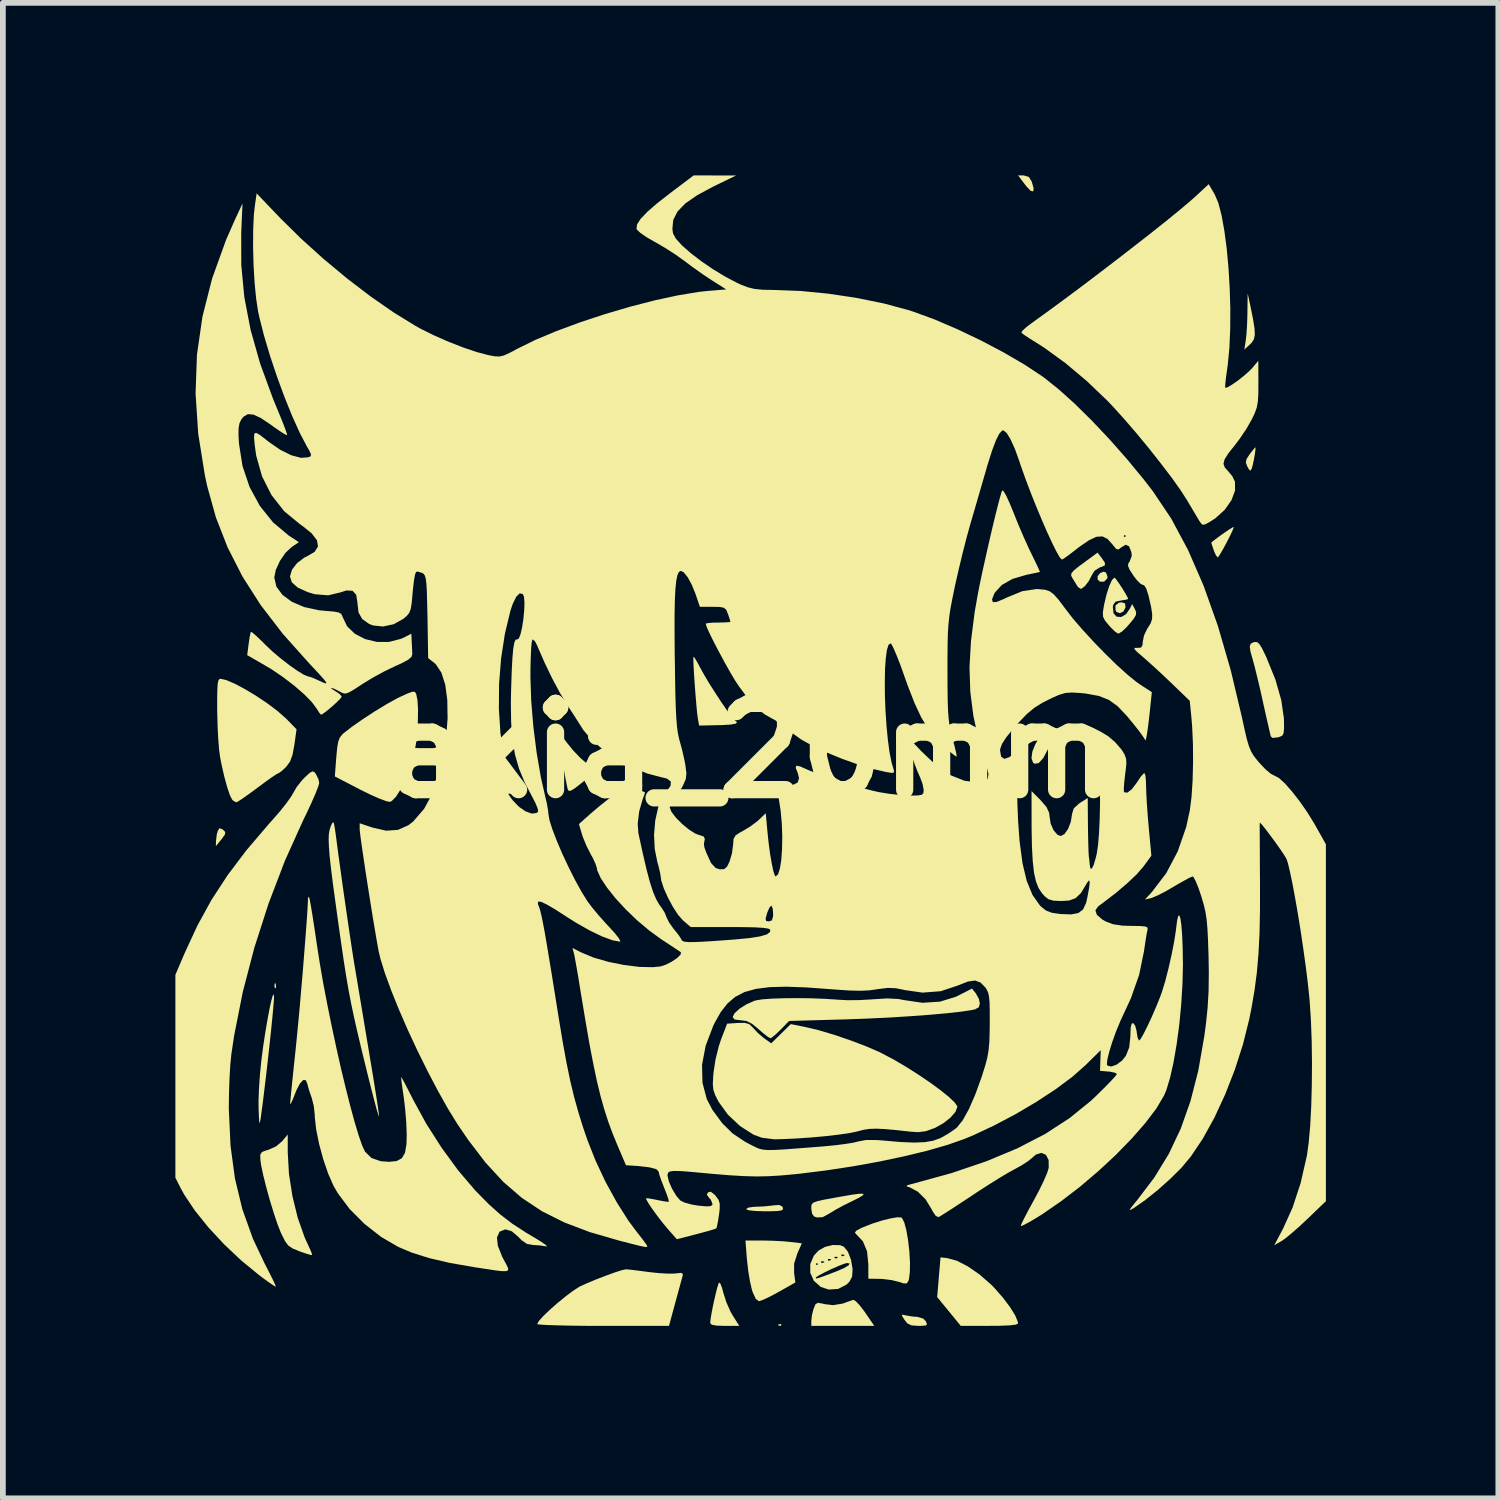
<source format=kicad_pcb>
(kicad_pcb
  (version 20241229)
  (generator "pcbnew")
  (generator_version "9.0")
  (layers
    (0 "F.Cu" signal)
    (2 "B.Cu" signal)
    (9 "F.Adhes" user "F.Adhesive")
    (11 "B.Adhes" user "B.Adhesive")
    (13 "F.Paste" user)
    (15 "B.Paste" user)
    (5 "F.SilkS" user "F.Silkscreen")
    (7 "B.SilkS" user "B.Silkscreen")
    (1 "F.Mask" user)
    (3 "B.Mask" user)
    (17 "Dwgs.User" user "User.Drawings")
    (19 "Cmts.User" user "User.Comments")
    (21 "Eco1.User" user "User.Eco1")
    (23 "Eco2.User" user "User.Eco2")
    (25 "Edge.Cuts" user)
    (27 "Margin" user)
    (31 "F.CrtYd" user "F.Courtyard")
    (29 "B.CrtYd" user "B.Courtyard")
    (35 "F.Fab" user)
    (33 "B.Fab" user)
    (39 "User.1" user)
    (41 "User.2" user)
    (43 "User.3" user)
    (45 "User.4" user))
  (footprint "akia_20mm"
    (layer "F.Cu")
    (at 10.004 10.004)
    (property "Reference" "akia_20mm" (at 0 0 0) (layer "F.SilkS") (effects (font (size 1.5 1.5) (thickness 0.3))))
    (attr board_only exclude_from_pos_files exclude_from_bom)
    (fp_poly (pts (xy -8.258 4.057) (xy -8.253 4.118) (xy -8.261 4.132) (xy -8.278 4.12) (xy -8.281 4.08) (xy -8.272 4.039)) (stroke (width 0) (type solid)) (fill yes) (layer "F.SilkS"))
    (fp_poly (pts (xy 0.534 9.978) (xy 0.529 10.001) (xy 0.508 10.004) (xy 0.476 9.989) (xy 0.482 9.978) (xy 0.528 9.973)) (stroke (width 0) (type solid)) (fill yes) (layer "F.SilkS"))
    (fp_poly (pts (xy 4.838 -9.977) (xy 4.887 -9.899) (xy 4.922 -9.779) (xy 4.914 -9.725) (xy 4.868 -9.737) (xy 4.79 -9.82) (xy 4.778 -9.836) (xy 4.651 -10.004) (xy 4.749 -10.004)) (stroke (width 0) (type solid)) (fill yes) (layer "F.SilkS"))
    (fp_poly (pts (xy 6.179 -3.098) (xy 6.206 -3.027) (xy 6.2 -2.992) (xy 6.147 -2.939) (xy 6.076 -2.939) (xy 6.035 -2.974) (xy 6.034 -3.033) (xy 6.078 -3.087) (xy 6.139 -3.112)) (stroke (width 0) (type solid)) (fill yes) (layer "F.SilkS"))
    (fp_poly (pts (xy 6.512 -2.56) (xy 6.519 -2.492) (xy 6.483 -2.42) (xy 6.422 -2.39) (xy 6.364 -2.41) (xy 6.346 -2.438) (xy 6.344 -2.524) (xy 6.405 -2.573) (xy 6.453 -2.579)) (stroke (width 0) (type solid)) (fill yes) (layer "F.SilkS"))
    (fp_poly (pts (xy -9.185 1.368) (xy -9.175 1.376) (xy -9.137 1.415) (xy -9.142 1.458) (xy -9.194 1.531) (xy -9.205 1.544) (xy -9.3 1.661) (xy -9.297 1.563) (xy -9.284 1.457) (xy -9.267 1.396) (xy -9.236 1.349)) (stroke (width 0) (type solid)) (fill yes) (layer "F.SilkS"))
    (fp_poly (pts (xy 5.208 -0.286) (xy 5.223 -0.204) (xy 5.191 -0.073) (xy 5.174 -0.031) (xy 5.089 0.129) (xy 5.01 0.216) (xy 4.939 0.228) (xy 4.911 0.208) (xy 4.884 0.132) (xy 4.899 0.017) (xy 4.951 -0.112) (xy 4.984 -0.167) (xy 5.078 -0.275) (xy 5.156 -0.312)) (stroke (width 0) (type solid)) (fill yes) (layer "F.SilkS"))
    (fp_poly (pts (xy 8.694 -7.718) (xy 8.738 -7.5) (xy 8.763 -7.343) (xy 8.768 -7.234) (xy 8.753 -7.157) (xy 8.718 -7.1) (xy 8.685 -7.066) (xy 8.586 -6.975) (xy 8.61 -7.132) (xy 8.623 -7.246) (xy 8.633 -7.407) (xy 8.639 -7.584) (xy 8.639 -7.62) (xy 8.644 -7.952)) (stroke (width 0) (type solid)) (fill yes) (layer "F.SilkS"))
    (fp_poly (pts (xy 8.78 -5.242) (xy 8.769 -5.16) (xy 8.751 -5.057) (xy 8.73 -4.961) (xy 8.716 -4.911) (xy 8.694 -4.869) (xy 8.668 -4.888) (xy 8.64 -4.936) (xy 8.612 -5.008) (xy 8.624 -5.072) (xy 8.678 -5.154) (xy 8.738 -5.231) (xy 8.774 -5.273) (xy 8.778 -5.275)) (stroke (width 0) (type solid)) (fill yes) (layer "F.SilkS"))
    (fp_poly (pts (xy 2.696 9.82) (xy 2.701 9.822) (xy 2.816 9.841) (xy 2.9 9.847) (xy 3.004 9.878) (xy 3.048 9.926) (xy 3.067 9.974) (xy 3.046 9.997) (xy 2.969 10.003) (xy 2.917 10.004) (xy 2.798 9.995) (xy 2.725 9.96) (xy 2.677 9.9) (xy 2.633 9.83) (xy 2.638 9.808)) (stroke (width 0) (type solid)) (fill yes) (layer "F.SilkS"))
    (fp_poly (pts (xy 1.825 9.571) (xy 1.894 9.643) (xy 1.977 9.751) (xy 1.989 9.768) (xy 2.15 10.004) (xy 1.602 10.004) (xy 1.055 10.004) (xy 1.055 9.912) (xy 1.068 9.807) (xy 1.096 9.703) (xy 1.127 9.629) (xy 1.167 9.603) (xy 1.245 9.615) (xy 1.288 9.626) (xy 1.435 9.643) (xy 1.601 9.616) (xy 1.783 9.55)) (stroke (width 0) (type solid)) (fill yes) (layer "F.SilkS"))
    (fp_poly (pts (xy 0.549 7.927) (xy 0.56 7.948) (xy 0.562 7.979) (xy 0.532 7.997) (xy 0.456 8.007) (xy 0.32 8.011) (xy 0.253 8.011) (xy 0.091 8.006) (xy -0.023 7.995) (xy -0.076 7.977) (xy -0.078 7.972) (xy -0.043 7.948) (xy 0.044 7.934) (xy 0.088 7.932) (xy 0.234 7.926) (xy 0.377 7.911) (xy 0.395 7.908) (xy 0.497 7.901)) (stroke (width 0) (type solid)) (fill yes) (layer "F.SilkS"))
    (fp_poly (pts (xy -0.527 9.267) (xy -0.497 9.343) (xy -0.474 9.431) (xy -0.422 9.594) (xy -0.347 9.762) (xy -0.312 9.823) (xy -0.197 10.004) (xy -0.45 10.004) (xy -0.595 9.999) (xy -0.676 9.984) (xy -0.703 9.954) (xy -0.703 9.949) (xy -0.695 9.873) (xy -0.674 9.752) (xy -0.645 9.608) (xy -0.612 9.464) (xy -0.582 9.342) (xy -0.557 9.265) (xy -0.55 9.25)) (stroke (width 0) (type solid)) (fill yes) (layer "F.SilkS"))
    (fp_poly (pts (xy 8.385 -3.839) (xy 8.342 -3.746) (xy 8.284 -3.632) (xy 8.222 -3.516) (xy 8.167 -3.421) (xy 8.131 -3.366) (xy 8.123 -3.361) (xy 8.094 -3.393) (xy 8.057 -3.473) (xy 8.054 -3.484) (xy 8.025 -3.57) (xy 8.011 -3.616) (xy 8.011 -3.617) (xy 8.04 -3.643) (xy 8.115 -3.701) (xy 8.206 -3.767) (xy 8.308 -3.837) (xy 8.378 -3.881) (xy 8.402 -3.889)) (stroke (width 0) (type solid)) (fill yes) (layer "F.SilkS"))
    (fp_poly (pts (xy 3.419 8.825) (xy 3.586 8.871) (xy 3.78 8.971) (xy 3.985 9.113) (xy 4.184 9.288) (xy 4.24 9.345) (xy 4.389 9.515) (xy 4.513 9.68) (xy 4.602 9.824) (xy 4.647 9.935) (xy 4.65 9.963) (xy 4.612 9.982) (xy 4.5 9.995) (xy 4.32 10.002) (xy 4.152 10.003) (xy 3.654 10.003) (xy 3.449 9.753) (xy 3.244 9.503) (xy 3.273 9.157) (xy 3.302 8.812)) (stroke (width 0) (type solid)) (fill yes) (layer "F.SilkS"))
    (fp_poly (pts (xy 6.103 -3.353) (xy 6.16 -3.269) (xy 6.161 -3.223) (xy 6.102 -3.195) (xy 6.075 -3.188) (xy 5.981 -3.129) (xy 5.936 -3.057) (xy 5.882 -2.951) (xy 5.814 -2.862) (xy 5.753 -2.816) (xy 5.741 -2.814) (xy 5.696 -2.842) (xy 5.681 -2.862) (xy 5.638 -2.932) (xy 5.598 -2.997) (xy 5.574 -3.043) (xy 5.578 -3.084) (xy 5.62 -3.133) (xy 5.71 -3.206) (xy 5.788 -3.263) (xy 6.033 -3.444)) (stroke (width 0) (type solid)) (fill yes) (layer "F.SilkS"))
    (fp_poly (pts (xy 0.199 8.519) (xy 0.378 8.523) (xy 0.559 8.532) (xy 0.689 8.544) (xy 0.89 8.568) (xy 0.812 8.745) (xy 0.756 8.921) (xy 0.756 9.085) (xy 0.778 9.248) (xy 0.491 9.411) (xy 0.352 9.486) (xy 0.234 9.543) (xy 0.156 9.572) (xy 0.143 9.574) (xy 0.09 9.535) (xy 0.037 9.421) (xy 0.021 9.37) (xy -0.012 9.229) (xy -0.042 9.046) (xy -0.063 8.86) (xy -0.065 8.842) (xy -0.09 8.519)) (stroke (width 0) (type solid)) (fill yes) (layer "F.SilkS"))
    (fp_poly (pts (xy 1.962 7.707) (xy 1.956 7.73) (xy 1.886 7.774) (xy 1.762 7.836) (xy 1.611 7.911) (xy 1.473 7.986) (xy 1.377 8.044) (xy 1.367 8.051) (xy 1.253 8.113) (xy 1.155 8.118) (xy 1.104 8.102) (xy 1.069 8.053) (xy 1.055 7.969) (xy 1.055 7.92) (xy 1.065 7.885) (xy 1.095 7.859) (xy 1.158 7.836) (xy 1.267 7.811) (xy 1.434 7.78) (xy 1.558 7.758) (xy 1.765 7.722) (xy 1.899 7.705)) (stroke (width 0) (type solid)) (fill yes) (layer "F.SilkS"))
    (fp_poly (pts (xy -3.319 -0.298) (xy -3.256 -0.22) (xy -3.194 -0.136) (xy -3.082 0.001) (xy -2.959 0.129) (xy -2.859 0.215) (xy -2.768 0.285) (xy -2.71 0.336) (xy -2.7 0.352) (xy -2.729 0.384) (xy -2.804 0.451) (xy -2.911 0.54) (xy -2.931 0.556) (xy -3.05 0.649) (xy -3.123 0.695) (xy -3.163 0.7) (xy -3.181 0.673) (xy -3.196 0.606) (xy -3.221 0.478) (xy -3.252 0.307) (xy -3.287 0.111) (xy -3.322 -0.096) (xy -3.345 -0.234) (xy -3.355 -0.3) (xy -3.348 -0.323)) (stroke (width 0) (type solid)) (fill yes) (layer "F.SilkS"))
    (fp_poly (pts (xy -0.972 -1.611) (xy -0.926 -1.534) (xy -0.876 -1.44) (xy -0.812 -1.324) (xy -0.725 -1.177) (xy -0.623 -1.017) (xy -0.519 -0.857) (xy -0.421 -0.714) (xy -0.339 -0.602) (xy -0.285 -0.537) (xy -0.274 -0.528) (xy -0.237 -0.493) (xy -0.26 -0.469) (xy -0.348 -0.453) (xy -0.508 -0.444) (xy -0.566 -0.443) (xy -0.896 -0.436) (xy -0.918 -0.56) (xy -0.93 -0.648) (xy -0.943 -0.785) (xy -0.957 -0.951) (xy -0.971 -1.131) (xy -0.983 -1.306) (xy -0.992 -1.46) (xy -0.996 -1.574) (xy -0.995 -1.632) (xy -0.994 -1.635)) (stroke (width 0) (type solid)) (fill yes) (layer "F.SilkS"))
    (fp_poly (pts (xy -8.288 4.279) (xy -8.292 4.353) (xy -8.303 4.486) (xy -8.32 4.668) (xy -8.342 4.886) (xy -8.368 5.128) (xy -8.396 5.382) (xy -8.425 5.635) (xy -8.454 5.876) (xy -8.48 6.092) (xy -8.504 6.271) (xy -8.522 6.402) (xy -8.535 6.471) (xy -8.537 6.479) (xy -8.546 6.452) (xy -8.552 6.361) (xy -8.557 6.223) (xy -8.558 6.093) (xy -8.551 5.89) (xy -8.534 5.642) (xy -8.508 5.381) (xy -8.478 5.148) (xy -8.439 4.894) (xy -8.401 4.67) (xy -8.366 4.484) (xy -8.335 4.345) (xy -8.311 4.26) (xy -8.295 4.237)) (stroke (width 0) (type solid)) (fill yes) (layer "F.SilkS"))
    (fp_poly (pts (xy 2.623 8.12) (xy 2.63 8.125) (xy 2.671 8.203) (xy 2.708 8.339) (xy 2.738 8.514) (xy 2.76 8.706) (xy 2.771 8.897) (xy 2.769 9.066) (xy 2.753 9.192) (xy 2.742 9.226) (xy 2.715 9.264) (xy 2.663 9.266) (xy 2.579 9.239) (xy 2.455 9.208) (xy 2.303 9.189) (xy 2.244 9.186) (xy 2.047 9.183) (xy 2.047 8.933) (xy 2.024 8.706) (xy 1.953 8.534) (xy 1.84 8.414) (xy 1.813 8.382) (xy 1.835 8.35) (xy 1.916 8.306) (xy 1.956 8.288) (xy 2.114 8.226) (xy 2.279 8.173) (xy 2.431 8.135) (xy 2.552 8.115)) (stroke (width 0) (type solid)) (fill yes) (layer "F.SilkS"))
    (fp_poly (pts (xy -8.05 6.987) (xy -8.029 7.358) (xy -7.969 7.745) (xy -7.877 8.122) (xy -7.757 8.463) (xy -7.69 8.61) (xy -7.647 8.705) (xy -7.626 8.764) (xy -7.627 8.773) (xy -7.667 8.766) (xy -7.758 8.738) (xy -7.849 8.706) (xy -7.964 8.658) (xy -8.039 8.608) (xy -8.096 8.532) (xy -8.157 8.41) (xy -8.17 8.383) (xy -8.228 8.236) (xy -8.293 8.041) (xy -8.361 7.819) (xy -8.424 7.592) (xy -8.477 7.38) (xy -8.514 7.204) (xy -8.526 7.114) (xy -8.528 7.025) (xy -8.497 6.979) (xy -8.414 6.949) (xy -8.392 6.944) (xy -8.255 6.883) (xy -8.148 6.793) (xy -8.05 6.676)) (stroke (width 0) (type solid)) (fill yes) (layer "F.SilkS"))
    (fp_poly (pts (xy 8.844 -1.858) (xy 8.892 -1.783) (xy 8.957 -1.649) (xy 8.97 -1.62) (xy 9.127 -1.233) (xy 9.228 -0.878) (xy 9.273 -0.565) (xy 9.275 -0.522) (xy 9.276 -0.382) (xy 9.268 -0.302) (xy 9.244 -0.26) (xy 9.195 -0.238) (xy 9.171 -0.231) (xy 9.077 -0.221) (xy 9.046 -0.247) (xy 9.033 -0.3) (xy 9.007 -0.415) (xy 8.97 -0.575) (xy 8.927 -0.767) (xy 8.911 -0.84) (xy 8.863 -1.056) (xy 8.814 -1.262) (xy 8.771 -1.437) (xy 8.738 -1.561) (xy 8.733 -1.579) (xy 8.692 -1.723) (xy 8.68 -1.811) (xy 8.696 -1.859) (xy 8.742 -1.884) (xy 8.757 -1.888) (xy 8.802 -1.889)) (stroke (width 0) (type solid)) (fill yes) (layer "F.SilkS"))
    (fp_poly (pts (xy -5.842 -1.023) (xy -5.82 -0.995) (xy -5.816 -0.986) (xy -5.794 -0.879) (xy -5.784 -0.716) (xy -5.787 -0.519) (xy -5.8 -0.307) (xy -5.823 -0.103) (xy -5.855 0.072) (xy -5.86 0.094) (xy -5.924 0.303) (xy -6.001 0.5) (xy -6.085 0.671) (xy -6.168 0.802) (xy -6.243 0.878) (xy -6.275 0.891) (xy -6.339 0.878) (xy -6.456 0.834) (xy -6.609 0.767) (xy -6.782 0.682) (xy -6.793 0.676) (xy -7.231 0.449) (xy -7.206 0.117) (xy -7.19 -0.05) (xy -7.171 -0.16) (xy -7.142 -0.231) (xy -7.098 -0.285) (xy -7.078 -0.303) (xy -6.937 -0.413) (xy -6.751 -0.543) (xy -6.543 -0.679) (xy -6.336 -0.805) (xy -6.155 -0.906) (xy -6.096 -0.935) (xy -5.964 -0.995) (xy -5.885 -1.024)) (stroke (width 0) (type solid)) (fill yes) (layer "F.SilkS"))
    (fp_poly (pts (xy -2.115 9.024) (xy -2.003 9.037) (xy -1.854 9.056) (xy -1.783 9.066) (xy -1.608 9.085) (xy -1.447 9.095) (xy -1.326 9.094) (xy -1.3 9.091) (xy -1.211 9.082) (xy -1.179 9.1) (xy -1.183 9.136) (xy -1.201 9.2) (xy -1.234 9.321) (xy -1.277 9.478) (xy -1.311 9.603) (xy -1.42 10.004) (xy -2.566 10.004) (xy -2.856 10.003) (xy -3.119 10) (xy -3.346 9.995) (xy -3.526 9.989) (xy -3.65 9.982) (xy -3.709 9.974) (xy -3.712 9.971) (xy -3.683 9.919) (xy -3.606 9.833) (xy -3.494 9.726) (xy -3.362 9.609) (xy -3.224 9.496) (xy -3.094 9.398) (xy -2.988 9.329) (xy -2.97 9.319) (xy -2.846 9.262) (xy -2.69 9.197) (xy -2.524 9.133) (xy -2.368 9.076) (xy -2.243 9.036) (xy -2.169 9.02)) (stroke (width 0) (type solid)) (fill yes) (layer "F.SilkS"))
    (fp_poly (pts (xy 6.356 -2.979) (xy 6.409 -2.905) (xy 6.471 -2.81) (xy 6.526 -2.719) (xy 6.561 -2.653) (xy 6.565 -2.639) (xy 6.531 -2.625) (xy 6.448 -2.612) (xy 6.438 -2.611) (xy 6.346 -2.59) (xy 6.307 -2.538) (xy 6.299 -2.498) (xy 6.311 -2.388) (xy 6.365 -2.329) (xy 6.444 -2.324) (xy 6.529 -2.374) (xy 6.59 -2.461) (xy 6.635 -2.549) (xy 6.681 -2.464) (xy 6.704 -2.409) (xy 6.7 -2.359) (xy 6.663 -2.294) (xy 6.583 -2.198) (xy 6.53 -2.139) (xy 6.456 -2.07) (xy 6.399 -2.036) (xy 6.392 -2.035) (xy 6.344 -2.065) (xy 6.269 -2.136) (xy 6.228 -2.182) (xy 6.161 -2.264) (xy 6.129 -2.328) (xy 6.125 -2.402) (xy 6.143 -2.517) (xy 6.152 -2.56) (xy 6.191 -2.723) (xy 6.237 -2.864) (xy 6.283 -2.965) (xy 6.323 -3.008) (xy 6.327 -3.009)) (stroke (width 0) (type solid)) (fill yes) (layer "F.SilkS"))
    (fp_poly (pts (xy -9.117 -1.226) (xy -8.968 -1.162) (xy -8.789 -1.067) (xy -8.595 -0.95) (xy -8.403 -0.821) (xy -8.228 -0.689) (xy -8.085 -0.563) (xy -8.061 -0.54) (xy -7.897 -0.371) (xy -7.935 -0.099) (xy -7.967 0.072) (xy -8.01 0.19) (xy -8.074 0.278) (xy -8.078 0.282) (xy -8.152 0.352) (xy -8.204 0.389) (xy -8.21 0.391) (xy -8.252 0.413) (xy -8.341 0.473) (xy -8.463 0.561) (xy -8.576 0.645) (xy -8.716 0.748) (xy -8.834 0.832) (xy -8.916 0.885) (xy -8.945 0.899) (xy -8.996 0.872) (xy -9.018 0.85) (xy -9.056 0.775) (xy -9.102 0.639) (xy -9.151 0.461) (xy -9.198 0.257) (xy -9.226 0.117) (xy -9.244 -0.019) (xy -9.259 -0.209) (xy -9.27 -0.43) (xy -9.276 -0.658) (xy -9.277 -0.694) (xy -9.277 -0.916) (xy -9.274 -1.072) (xy -9.267 -1.172) (xy -9.253 -1.227) (xy -9.233 -1.248) (xy -9.222 -1.25)) (stroke (width 0) (type solid)) (fill yes) (layer "F.SilkS"))
    (fp_poly (pts (xy -7.245 1.271) (xy -7.23 1.356) (xy -7.209 1.507) (xy -7.204 1.544) (xy -7.17 1.804) (xy -7.129 2.1) (xy -7.085 2.416) (xy -7.039 2.735) (xy -6.995 3.039) (xy -6.954 3.314) (xy -6.919 3.543) (xy -6.895 3.693) (xy -6.806 4.225) (xy -6.729 4.685) (xy -6.664 5.077) (xy -6.609 5.407) (xy -6.564 5.678) (xy -6.529 5.897) (xy -6.502 6.067) (xy -6.483 6.193) (xy -6.471 6.281) (xy -6.464 6.334) (xy -6.464 6.358) (xy -6.465 6.36) (xy -6.477 6.328) (xy -6.506 6.23) (xy -6.547 6.077) (xy -6.598 5.878) (xy -6.657 5.645) (xy -6.697 5.483) (xy -6.78 5.142) (xy -6.848 4.854) (xy -6.904 4.604) (xy -6.952 4.375) (xy -6.995 4.149) (xy -7.036 3.91) (xy -7.078 3.641) (xy -7.124 3.326) (xy -7.169 3.009) (xy -7.223 2.618) (xy -7.267 2.296) (xy -7.299 2.036) (xy -7.322 1.829) (xy -7.334 1.668) (xy -7.339 1.545) (xy -7.335 1.451) (xy -7.323 1.38) (xy -7.304 1.322) (xy -7.304 1.32) (xy -7.278 1.262) (xy -7.26 1.243)) (stroke (width 0) (type solid)) (fill yes) (layer "F.SilkS"))
    (fp_poly (pts (xy 3.917 4.222) (xy 3.97 4.319) (xy 3.986 4.396) (xy 3.968 4.463) (xy 3.9 4.5) (xy 3.856 4.509) (xy 3.672 4.538) (xy 3.423 4.566) (xy 3.122 4.593) (xy 2.783 4.618) (xy 2.42 4.641) (xy 2.045 4.659) (xy 1.671 4.673) (xy 1.634 4.674) (xy 0.668 4.701) (xy 0.522 4.852) (xy 0.434 4.936) (xy 0.367 4.99) (xy 0.343 5.002) (xy 0.299 4.977) (xy 0.218 4.914) (xy 0.141 4.846) (xy 0.023 4.749) (xy -0.075 4.701) (xy -0.17 4.689) (xy -0.275 4.677) (xy -0.312 4.637) (xy -0.313 4.633) (xy -0.279 4.566) (xy -0.192 4.487) (xy -0.073 4.412) (xy 0.06 4.353) (xy 0.098 4.342) (xy 0.203 4.325) (xy 0.369 4.313) (xy 0.578 4.306) (xy 0.812 4.304) (xy 1.054 4.307) (xy 1.287 4.316) (xy 1.492 4.329) (xy 1.524 4.332) (xy 1.687 4.34) (xy 1.889 4.338) (xy 2.091 4.327) (xy 2.13 4.324) (xy 2.377 4.309) (xy 2.568 4.319) (xy 2.669 4.338) (xy 2.988 4.385) (xy 3.293 4.365) (xy 3.57 4.28) (xy 3.614 4.258) (xy 3.849 4.138)) (stroke (width 0) (type solid)) (fill yes) (layer "F.SilkS"))
    (fp_poly (pts (xy -7.587 0.373) (xy -7.559 0.408) (xy -7.514 0.502) (xy -7.503 0.564) (xy -7.52 0.626) (xy -7.566 0.743) (xy -7.635 0.902) (xy -7.722 1.089) (xy -7.782 1.211) (xy -8.099 1.914) (xy -8.384 2.66) (xy -8.631 3.428) (xy -8.832 4.198) (xy -8.981 4.949) (xy -9.03 5.275) (xy -9.048 5.454) (xy -9.062 5.684) (xy -9.071 5.939) (xy -9.075 6.192) (xy -9.074 6.252) (xy -9.045 6.872) (xy -8.968 7.442) (xy -8.839 7.976) (xy -8.656 8.487) (xy -8.458 8.906) (xy -8.376 9.066) (xy -8.31 9.198) (xy -8.268 9.289) (xy -8.256 9.324) (xy -8.289 9.307) (xy -8.37 9.252) (xy -8.485 9.169) (xy -8.551 9.119) (xy -8.859 8.866) (xy -9.156 8.586) (xy -9.429 8.292) (xy -9.664 8) (xy -9.849 7.723) (xy -9.91 7.612) (xy -10.004 7.427) (xy -10.004 5.662) (xy -10.004 3.898) (xy -9.843 3.522) (xy -9.622 3.044) (xy -9.377 2.597) (xy -9.096 2.166) (xy -8.77 1.734) (xy -8.387 1.285) (xy -8.317 1.206) (xy -8.188 1.059) (xy -8.076 0.918) (xy -7.993 0.802) (xy -7.955 0.737) (xy -7.892 0.629) (xy -7.798 0.511) (xy -7.757 0.469) (xy -7.672 0.39) (xy -7.622 0.36)) (stroke (width 0) (type solid)) (fill yes) (layer "F.SilkS"))
    (fp_poly (pts (xy -0.024 4.757) (xy 0.036 4.813) (xy 0.043 4.822) (xy 0.131 4.915) (xy 0.236 5.003) (xy 0.239 5.005) (xy 0.358 5.09) (xy 0.528 4.923) (xy 0.698 4.756) (xy 0.945 4.805) (xy 1.177 4.86) (xy 1.45 4.941) (xy 1.738 5.039) (xy 2.011 5.143) (xy 2.244 5.244) (xy 2.283 5.264) (xy 2.491 5.374) (xy 2.707 5.501) (xy 2.921 5.637) (xy 3.123 5.774) (xy 3.302 5.905) (xy 3.447 6.022) (xy 3.548 6.118) (xy 3.594 6.185) (xy 3.595 6.194) (xy 3.562 6.282) (xy 3.474 6.383) (xy 3.349 6.481) (xy 3.203 6.562) (xy 3.198 6.564) (xy 3.047 6.618) (xy 2.912 6.635) (xy 2.777 6.626) (xy 2.524 6.598) (xy 2.332 6.581) (xy 2.187 6.574) (xy 2.072 6.578) (xy 1.973 6.592) (xy 1.873 6.617) (xy 1.857 6.622) (xy 1.728 6.649) (xy 1.538 6.677) (xy 1.308 6.704) (xy 1.054 6.727) (xy 0.795 6.745) (xy 0.55 6.756) (xy 0.41 6.759) (xy 0.196 6.732) (xy 0.051 6.679) (xy -0.185 6.528) (xy -0.396 6.33) (xy -0.556 6.109) (xy -0.562 6.098) (xy -0.618 5.988) (xy -0.648 5.898) (xy -0.658 5.8) (xy -0.651 5.664) (xy -0.645 5.595) (xy -0.611 5.371) (xy -0.553 5.138) (xy -0.514 5.021) (xy -0.409 4.748) (xy -0.221 4.736) (xy -0.1 4.734)) (stroke (width 0) (type solid)) (fill yes) (layer "F.SilkS"))
    (fp_poly (pts (xy 1.555 8.6) (xy 1.622 8.627) (xy 1.692 8.715) (xy 1.745 8.853) (xy 1.772 9.008) (xy 1.773 9.028) (xy 1.764 9.149) (xy 1.719 9.234) (xy 1.668 9.285) (xy 1.523 9.361) (xy 1.359 9.372) (xy 1.221 9.327) (xy 1.099 9.22) (xy 1.075 9.165) (xy 1.133 9.165) (xy 1.136 9.177) (xy 1.154 9.178) (xy 1.199 9.165) (xy 1.286 9.134) (xy 1.428 9.08) (xy 1.495 9.055) (xy 1.626 8.998) (xy 1.704 8.951) (xy 1.722 8.92) (xy 1.679 8.91) (xy 1.622 8.925) (xy 1.523 8.964) (xy 1.403 9.017) (xy 1.285 9.074) (xy 1.189 9.125) (xy 1.137 9.159) (xy 1.133 9.165) (xy 1.075 9.165) (xy 1.037 9.081) (xy 1.037 8.929) (xy 1.133 8.929) (xy 1.153 8.949) (xy 1.172 8.929) (xy 1.153 8.91) (xy 1.133 8.929) (xy 1.037 8.929) (xy 1.037 8.929) (xy 1.057 8.883) (xy 1.224 8.883) (xy 1.23 8.907) (xy 1.25 8.91) (xy 1.283 8.895) (xy 1.277 8.883) (xy 1.23 8.879) (xy 1.224 8.883) (xy 1.057 8.883) (xy 1.073 8.844) (xy 1.342 8.844) (xy 1.347 8.868) (xy 1.368 8.87) (xy 1.4 8.856) (xy 1.394 8.844) (xy 1.347 8.84) (xy 1.342 8.844) (xy 1.073 8.844) (xy 1.09 8.805) (xy 1.459 8.805) (xy 1.464 8.829) (xy 1.485 8.831) (xy 1.517 8.817) (xy 1.511 8.805) (xy 1.465 8.801) (xy 1.459 8.805) (xy 1.09 8.805) (xy 1.1 8.782) (xy 1.114 8.766) (xy 1.576 8.766) (xy 1.581 8.789) (xy 1.602 8.792) (xy 1.634 8.778) (xy 1.628 8.766) (xy 1.582 8.762) (xy 1.576 8.766) (xy 1.114 8.766) (xy 1.18 8.694) (xy 1.294 8.63) (xy 1.429 8.597)) (stroke (width 0) (type solid)) (fill yes) (layer "F.SilkS"))
    (fp_poly (pts (xy 8.071 -9.672) (xy 8.134 -9.524) (xy 8.19 -9.309) (xy 8.238 -9.041) (xy 8.279 -8.733) (xy 8.31 -8.396) (xy 8.331 -8.042) (xy 8.342 -7.685) (xy 8.34 -7.337) (xy 8.326 -7.009) (xy 8.298 -6.714) (xy 8.289 -6.649) (xy 8.268 -6.499) (xy 8.255 -6.382) (xy 8.252 -6.316) (xy 8.253 -6.309) (xy 8.294 -6.319) (xy 8.375 -6.367) (xy 8.478 -6.439) (xy 8.585 -6.524) (xy 8.678 -6.607) (xy 8.723 -6.654) (xy 8.829 -6.78) (xy 8.83 -6.386) (xy 8.829 -6.198) (xy 8.82 -6.064) (xy 8.8 -5.959) (xy 8.763 -5.86) (xy 8.715 -5.76) (xy 8.625 -5.602) (xy 8.509 -5.429) (xy 8.422 -5.314) (xy 8.307 -5.169) (xy 8.242 -5.065) (xy 8.223 -4.989) (xy 8.245 -4.925) (xy 8.299 -4.866) (xy 8.376 -4.773) (xy 8.423 -4.676) (xy 8.423 -4.675) (xy 8.424 -4.521) (xy 8.361 -4.354) (xy 8.245 -4.189) (xy 8.083 -4.042) (xy 7.98 -3.975) (xy 7.897 -3.932) (xy 7.852 -3.931) (xy 7.815 -3.977) (xy 7.804 -3.994) (xy 7.758 -4.07) (xy 7.687 -4.19) (xy 7.604 -4.33) (xy 7.588 -4.357) (xy 7.477 -4.53) (xy 7.323 -4.746) (xy 7.137 -4.99) (xy 6.932 -5.25) (xy 6.717 -5.511) (xy 6.504 -5.758) (xy 6.305 -5.979) (xy 6.199 -6.09) (xy 5.844 -6.429) (xy 5.475 -6.739) (xy 5.113 -7.002) (xy 4.971 -7.093) (xy 4.849 -7.169) (xy 4.756 -7.231) (xy 4.71 -7.267) (xy 4.708 -7.269) (xy 4.728 -7.304) (xy 4.797 -7.367) (xy 4.876 -7.427) (xy 5.146 -7.622) (xy 5.442 -7.839) (xy 5.755 -8.072) (xy 6.074 -8.314) (xy 6.393 -8.558) (xy 6.7 -8.796) (xy 6.988 -9.021) (xy 7.247 -9.227) (xy 7.467 -9.407) (xy 7.64 -9.553) (xy 7.734 -9.636) (xy 7.966 -9.851)) (stroke (width 0) (type solid)) (fill yes) (layer "F.SilkS"))
    (fp_poly (pts (xy -7.679 2.546) (xy -7.668 2.589) (xy -7.648 2.697) (xy -7.621 2.86) (xy -7.589 3.065) (xy -7.554 3.301) (xy -7.542 3.383) (xy -7.492 3.702) (xy -7.432 4.049) (xy -7.362 4.414) (xy -7.286 4.788) (xy -7.206 5.162) (xy -7.124 5.527) (xy -7.041 5.871) (xy -6.961 6.187) (xy -6.885 6.465) (xy -6.816 6.694) (xy -6.756 6.867) (xy -6.707 6.972) (xy -6.704 6.976) (xy -6.594 7.084) (xy -6.434 7.14) (xy -6.289 7.151) (xy -6.156 7.137) (xy -6.066 7.089) (xy -6.011 6.994) (xy -5.985 6.843) (xy -5.981 6.672) (xy -5.989 6.467) (xy -6.008 6.234) (xy -6.033 6.023) (xy -6.034 6.018) (xy -6.056 5.867) (xy -6.072 5.75) (xy -6.078 5.684) (xy -6.078 5.676) (xy -6.059 5.705) (xy -6.012 5.791) (xy -5.946 5.919) (xy -5.871 6.067) (xy -5.642 6.487) (xy -5.374 6.906) (xy -5.087 7.299) (xy -4.796 7.641) (xy -4.78 7.658) (xy -4.558 7.884) (xy -4.355 8.066) (xy -4.146 8.226) (xy -3.903 8.384) (xy -3.758 8.47) (xy -3.639 8.543) (xy -3.563 8.596) (xy -3.541 8.621) (xy -3.556 8.621) (xy -3.667 8.604) (xy -3.784 8.597) (xy -3.89 8.578) (xy -3.986 8.512) (xy -4.035 8.46) (xy -4.154 8.358) (xy -4.266 8.325) (xy -4.361 8.363) (xy -4.369 8.37) (xy -4.412 8.468) (xy -4.396 8.612) (xy -4.321 8.8) (xy -4.298 8.845) (xy -4.25 8.933) (xy -4.22 8.995) (xy -4.216 9.034) (xy -4.249 9.052) (xy -4.327 9.052) (xy -4.459 9.036) (xy -4.654 9.006) (xy -4.806 8.983) (xy -5.23 8.909) (xy -5.587 8.826) (xy -5.892 8.73) (xy -6.125 8.632) (xy -6.427 8.456) (xy -6.716 8.23) (xy -6.973 7.972) (xy -7.179 7.697) (xy -7.254 7.568) (xy -7.347 7.356) (xy -7.433 7.104) (xy -7.505 6.838) (xy -7.556 6.585) (xy -7.58 6.368) (xy -7.581 6.329) (xy -7.596 6.185) (xy -7.633 6.039) (xy -7.637 6.028) (xy -7.677 5.913) (xy -7.704 5.816) (xy -7.706 5.803) (xy -7.735 5.731) (xy -7.782 5.729) (xy -7.839 5.79) (xy -7.901 5.91) (xy -7.92 5.959) (xy -7.964 6.071) (xy -7.996 6.138) (xy -8.008 6.146) (xy -8.005 6.095) (xy -7.994 5.978) (xy -7.977 5.807) (xy -7.955 5.593) (xy -7.929 5.347) (xy -7.914 5.209) (xy -7.892 4.989) (xy -7.867 4.729) (xy -7.84 4.44) (xy -7.814 4.134) (xy -7.787 3.824) (xy -7.763 3.522) (xy -7.741 3.239) (xy -7.722 2.989) (xy -7.708 2.783) (xy -7.7 2.634) (xy -7.698 2.566) (xy -7.685 2.542)) (stroke (width 0) (type solid)) (fill yes) (layer "F.SilkS"))
    (fp_poly (pts (xy -8.859 -9.007) (xy -8.858 -8.444) (xy -8.805 -7.885) (xy -8.696 -7.318) (xy -8.53 -6.731) (xy -8.304 -6.114) (xy -8.218 -5.906) (xy -8.151 -5.743) (xy -8.099 -5.609) (xy -8.067 -5.518) (xy -8.061 -5.485) (xy -8.097 -5.5) (xy -8.18 -5.552) (xy -8.295 -5.631) (xy -8.342 -5.666) (xy -8.515 -5.783) (xy -8.646 -5.844) (xy -8.744 -5.852) (xy -8.82 -5.807) (xy -8.856 -5.762) (xy -8.889 -5.695) (xy -8.905 -5.607) (xy -8.906 -5.48) (xy -8.898 -5.341) (xy -8.837 -4.951) (xy -8.714 -4.585) (xy -8.534 -4.254) (xy -8.305 -3.969) (xy -8.032 -3.74) (xy -8.022 -3.734) (xy -7.856 -3.625) (xy -7.982 -3.541) (xy -8.089 -3.441) (xy -8.186 -3.299) (xy -8.257 -3.146) (xy -8.284 -3.011) (xy -8.284 -3.01) (xy -8.247 -2.851) (xy -8.141 -2.708) (xy -7.978 -2.588) (xy -7.765 -2.497) (xy -7.513 -2.442) (xy -7.4 -2.431) (xy -7.253 -2.419) (xy -7.165 -2.403) (xy -7.119 -2.376) (xy -7.098 -2.332) (xy -7.095 -2.323) (xy -7.017 -2.161) (xy -6.881 -2.031) (xy -6.704 -1.94) (xy -6.501 -1.891) (xy -6.287 -1.891) (xy -6.079 -1.945) (xy -6.02 -1.972) (xy -5.901 -2.034) (xy -5.894 -1.896) (xy -5.888 -1.778) (xy -5.884 -1.682) (xy -5.884 -1.679) (xy -5.898 -1.631) (xy -5.954 -1.582) (xy -6.062 -1.524) (xy -6.179 -1.47) (xy -6.365 -1.381) (xy -6.571 -1.269) (xy -6.753 -1.158) (xy -6.76 -1.153) (xy -6.897 -1.063) (xy -6.986 -1.012) (xy -7.047 -0.992) (xy -7.095 -1) (xy -7.15 -1.029) (xy -7.152 -1.03) (xy -7.237 -1.074) (xy -7.293 -1.093) (xy -7.294 -1.093) (xy -7.288 -1.076) (xy -7.228 -1.038) (xy -7.219 -1.033) (xy -7.144 -0.982) (xy -7.112 -0.94) (xy -7.112 -0.939) (xy -7.139 -0.9) (xy -7.208 -0.832) (xy -7.297 -0.752) (xy -7.385 -0.68) (xy -7.451 -0.633) (xy -7.471 -0.625) (xy -7.5 -0.656) (xy -7.545 -0.728) (xy -7.628 -0.841) (xy -7.764 -0.98) (xy -7.937 -1.13) (xy -8.133 -1.28) (xy -8.335 -1.417) (xy -8.418 -1.466) (xy -8.755 -1.661) (xy -8.73 -1.856) (xy -8.713 -1.971) (xy -8.697 -2.049) (xy -8.69 -2.068) (xy -8.659 -2.049) (xy -8.586 -1.985) (xy -8.486 -1.889) (xy -8.438 -1.84) (xy -8.316 -1.725) (xy -8.173 -1.604) (xy -8.024 -1.488) (xy -7.884 -1.39) (xy -7.77 -1.32) (xy -7.696 -1.29) (xy -7.69 -1.29) (xy -7.636 -1.274) (xy -7.542 -1.234) (xy -7.498 -1.213) (xy -7.423 -1.179) (xy -7.383 -1.168) (xy -7.381 -1.187) (xy -7.422 -1.241) (xy -7.509 -1.338) (xy -7.645 -1.484) (xy -7.683 -1.524) (xy -8.137 -2.033) (xy -8.52 -2.531) (xy -8.838 -3.029) (xy -9.096 -3.535) (xy -9.3 -4.058) (xy -9.453 -4.609) (xy -9.491 -4.787) (xy -9.607 -5.512) (xy -9.653 -6.209) (xy -9.629 -6.885) (xy -9.533 -7.549) (xy -9.365 -8.211) (xy -9.124 -8.879) (xy -8.973 -9.223) (xy -8.837 -9.515)) (stroke (width 0) (type solid)) (fill yes) (layer "F.SilkS"))
    (fp_poly (pts (xy -0.622 -10.003) (xy -0.254 -10.002) (xy -0.653 -9.808) (xy -0.93 -9.659) (xy -1.135 -9.517) (xy -1.272 -9.375) (xy -1.346 -9.229) (xy -1.361 -9.072) (xy -1.349 -8.993) (xy -1.3 -8.903) (xy -1.194 -8.786) (xy -1.043 -8.653) (xy -0.858 -8.511) (xy -0.653 -8.371) (xy -0.44 -8.242) (xy -0.231 -8.132) (xy -0.17 -8.104) (xy -0.05 -8.058) (xy 0.068 -8.029) (xy 0.211 -8.015) (xy 0.404 -8.011) (xy 0.421 -8.011) (xy 0.868 -7.994) (xy 1.35 -7.947) (xy 1.839 -7.874) (xy 2.31 -7.778) (xy 2.736 -7.664) (xy 2.833 -7.633) (xy 3.201 -7.498) (xy 3.599 -7.327) (xy 4.006 -7.133) (xy 4.4 -6.925) (xy 4.762 -6.714) (xy 5.071 -6.51) (xy 5.1 -6.489) (xy 5.352 -6.288) (xy 5.635 -6.034) (xy 5.936 -5.737) (xy 6.245 -5.41) (xy 6.55 -5.064) (xy 6.839 -4.713) (xy 6.993 -4.514) (xy 7.312 -4.039) (xy 7.607 -3.489) (xy 7.878 -2.866) (xy 8.126 -2.168) (xy 8.35 -1.396) (xy 8.54 -0.596) (xy 8.59 -0.367) (xy 8.629 -0.2) (xy 8.665 -0.079) (xy 8.702 0.011) (xy 8.746 0.086) (xy 8.804 0.161) (xy 8.849 0.214) (xy 8.951 0.322) (xy 9.046 0.402) (xy 9.113 0.437) (xy 9.114 0.437) (xy 9.189 0.477) (xy 9.294 0.573) (xy 9.417 0.713) (xy 9.55 0.884) (xy 9.682 1.074) (xy 9.804 1.272) (xy 9.818 1.297) (xy 10.004 1.628) (xy 10.004 4.732) (xy 10.004 7.835) (xy 9.679 8.148) (xy 9.536 8.281) (xy 9.401 8.399) (xy 9.29 8.489) (xy 9.23 8.53) (xy 9.106 8.601) (xy 9.258 8.315) (xy 9.424 7.948) (xy 9.564 7.522) (xy 9.671 7.054) (xy 9.673 7.048) (xy 9.705 6.817) (xy 9.731 6.523) (xy 9.749 6.184) (xy 9.759 5.813) (xy 9.762 5.429) (xy 9.757 5.046) (xy 9.743 4.68) (xy 9.721 4.347) (xy 9.715 4.279) (xy 9.688 4.028) (xy 9.653 3.746) (xy 9.611 3.447) (xy 9.566 3.142) (xy 9.518 2.844) (xy 9.469 2.564) (xy 9.423 2.316) (xy 9.38 2.11) (xy 9.344 1.959) (xy 9.319 1.884) (xy 9.282 1.821) (xy 9.215 1.721) (xy 9.13 1.6) (xy 9.039 1.477) (xy 8.955 1.366) (xy 8.89 1.285) (xy 8.855 1.251) (xy 8.854 1.25) (xy 8.853 1.288) (xy 8.853 1.393) (xy 8.854 1.557) (xy 8.855 1.768) (xy 8.856 2.017) (xy 8.858 2.293) (xy 8.858 2.296) (xy 8.858 2.764) (xy 8.85 3.17) (xy 8.832 3.528) (xy 8.804 3.855) (xy 8.763 4.166) (xy 8.71 4.477) (xy 8.672 4.666) (xy 8.562 5.107) (xy 8.42 5.549) (xy 8.252 5.979) (xy 8.065 6.383) (xy 7.864 6.747) (xy 7.656 7.057) (xy 7.494 7.252) (xy 7.299 7.446) (xy 7.079 7.642) (xy 6.858 7.819) (xy 6.663 7.955) (xy 6.608 7.987) (xy 6.593 7.984) (xy 6.623 7.939) (xy 6.699 7.844) (xy 6.724 7.815) (xy 7.022 7.422) (xy 7.273 7.011) (xy 7.481 6.571) (xy 7.65 6.092) (xy 7.785 5.564) (xy 7.888 4.975) (xy 7.916 4.767) (xy 7.947 4.472) (xy 7.964 4.179) (xy 7.968 3.861) (xy 7.963 3.556) (xy 7.954 3.296) (xy 7.944 3.096) (xy 7.93 2.939) (xy 7.91 2.807) (xy 7.881 2.683) (xy 7.842 2.55) (xy 7.836 2.53) (xy 7.785 2.38) (xy 7.737 2.264) (xy 7.701 2.198) (xy 7.689 2.188) (xy 7.639 2.207) (xy 7.542 2.259) (xy 7.413 2.332) (xy 7.361 2.363) (xy 7.215 2.448) (xy 7.082 2.516) (xy 6.984 2.558) (xy 6.965 2.564) (xy 6.858 2.589) (xy 6.979 2.457) (xy 7.227 2.132) (xy 7.427 1.753) (xy 7.574 1.33) (xy 7.638 1.037) (xy 7.667 0.807) (xy 7.686 0.523) (xy 7.694 0.209) (xy 7.692 -0.114) (xy 7.678 -0.42) (xy 7.665 -0.58) (xy 7.636 -0.867) (xy 7.325 -1.167) (xy 7.173 -1.311) (xy 7.018 -1.455) (xy 6.882 -1.577) (xy 6.819 -1.632) (xy 6.718 -1.719) (xy 6.673 -1.768) (xy 6.678 -1.787) (xy 6.721 -1.787) (xy 6.79 -1.792) (xy 6.816 -1.838) (xy 6.819 -1.895) (xy 6.842 -2.005) (xy 6.898 -2.123) (xy 6.911 -2.141) (xy 6.957 -2.215) (xy 6.981 -2.288) (xy 6.983 -2.379) (xy 6.963 -2.506) (xy 6.921 -2.688) (xy 6.916 -2.708) (xy 6.88 -2.819) (xy 6.842 -2.877) (xy 6.825 -2.88) (xy 6.78 -2.902) (xy 6.711 -2.972) (xy 6.657 -3.044) (xy 6.588 -3.151) (xy 6.562 -3.217) (xy 6.572 -3.263) (xy 6.591 -3.288) (xy 6.628 -3.387) (xy 6.621 -3.454) (xy 6.58 -3.555) (xy 6.523 -3.581) (xy 6.449 -3.537) (xy 6.397 -3.499) (xy 6.357 -3.508) (xy 6.302 -3.573) (xy 6.29 -3.589) (xy 6.205 -3.682) (xy 6.117 -3.726) (xy 6.014 -3.719) (xy 5.885 -3.659) (xy 5.718 -3.545) (xy 5.635 -3.48) (xy 5.529 -3.399) (xy 5.449 -3.342) (xy 5.414 -3.322) (xy 5.379 -3.356) (xy 5.322 -3.454) (xy 5.248 -3.602) (xy 5.188 -3.732) (xy 6.487 -3.732) (xy 6.506 -3.712) (xy 6.526 -3.732) (xy 6.506 -3.751) (xy 6.487 -3.732) (xy 5.188 -3.732) (xy 5.16 -3.791) (xy 5.065 -4.01) (xy 4.966 -4.247) (xy 4.868 -4.492) (xy 4.777 -4.734) (xy 4.696 -4.961) (xy 4.67 -5.041) (xy 4.593 -5.254) (xy 4.518 -5.418) (xy 4.45 -5.527) (xy 4.394 -5.57) (xy 4.373 -5.566) (xy 4.323 -5.51) (xy 4.265 -5.395) (xy 4.198 -5.217) (xy 4.12 -4.97) (xy 4.087 -4.856) (xy 4.018 -4.618) (xy 3.939 -4.345) (xy 3.861 -4.077) (xy 3.815 -3.92) (xy 3.754 -3.699) (xy 3.686 -3.432) (xy 3.618 -3.15) (xy 3.558 -2.886) (xy 3.55 -2.846) (xy 3.508 -2.644) (xy 3.476 -2.477) (xy 3.454 -2.329) (xy 3.439 -2.182) (xy 3.429 -2.018) (xy 3.425 -1.821) (xy 3.423 -1.574) (xy 3.423 -1.387) (xy 3.424 -1.096) (xy 3.427 -0.868) (xy 3.433 -0.692) (xy 3.444 -0.552) (xy 3.459 -0.435) (xy 3.481 -0.328) (xy 3.509 -0.218) (xy 3.547 -0.074) (xy 3.574 0.037) (xy 3.584 0.098) (xy 3.583 0.104) (xy 3.55 0.086) (xy 3.475 0.027) (xy 3.373 -0.061) (xy 3.358 -0.074) (xy 3.21 -0.222) (xy 3.081 -0.388) (xy 2.963 -0.586) (xy 2.85 -0.828) (xy 2.733 -1.128) (xy 2.677 -1.285) (xy 2.607 -1.482) (xy 2.541 -1.651) (xy 2.486 -1.779) (xy 2.448 -1.853) (xy 2.436 -1.865) (xy 2.399 -1.842) (xy 2.37 -1.752) (xy 2.35 -1.606) (xy 2.337 -1.417) (xy 2.333 -1.194) (xy 2.335 -0.95) (xy 2.345 -0.696) (xy 2.362 -0.442) (xy 2.385 -0.2) (xy 2.414 0.019) (xy 2.45 0.204) (xy 2.49 0.34) (xy 2.494 0.378) (xy 2.455 0.387) (xy 2.362 0.373) (xy 2.12 0.317) (xy 1.856 0.237) (xy 1.583 0.139) (xy 1.32 0.031) (xy 1.081 -0.082) (xy 0.884 -0.191) (xy 0.744 -0.291) (xy 0.726 -0.307) (xy 0.592 -0.418) (xy 0.437 -0.523) (xy 0.371 -0.559) (xy 0.248 -0.629) (xy 0.139 -0.71) (xy 0.032 -0.818) (xy -0.09 -0.966) (xy -0.205 -1.121) (xy -0.27 -1.219) (xy -0.353 -1.359) (xy -0.446 -1.524) (xy -0.541 -1.7) (xy -0.631 -1.871) (xy -0.706 -2.022) (xy -0.759 -2.138) (xy -0.781 -2.204) (xy -0.782 -2.207) (xy -0.746 -2.218) (xy -0.655 -2.226) (xy -0.567 -2.227) (xy -0.449 -2.23) (xy -0.371 -2.235) (xy -0.352 -2.241) (xy -0.363 -2.283) (xy -0.391 -2.368) (xy -0.395 -2.378) (xy -0.424 -2.448) (xy -0.463 -2.484) (xy -0.536 -2.499) (xy -0.66 -2.501) (xy -0.883 -2.501) (xy -0.957 -2.721) (xy -1.023 -2.884) (xy -1.095 -3.016) (xy -1.165 -3.102) (xy -1.213 -3.126) (xy -1.246 -3.11) (xy -1.272 -3.056) (xy -1.293 -2.96) (xy -1.308 -2.816) (xy -1.318 -2.617) (xy -1.323 -2.357) (xy -1.323 -2.032) (xy -1.32 -1.634) (xy -1.319 -1.622) (xy -1.314 -1.265) (xy -1.309 -0.978) (xy -1.302 -0.749) (xy -1.293 -0.569) (xy -1.282 -0.43) (xy -1.268 -0.32) (xy -1.25 -0.231) (xy -1.236 -0.176) (xy -1.19 -0.007) (xy -1.15 0.171) (xy -1.133 0.263) (xy -1.117 0.396) (xy -1.128 0.494) (xy -1.173 0.599) (xy -1.195 0.64) (xy -1.263 0.751) (xy -1.326 0.836) (xy -1.349 0.861) (xy -1.398 0.938) (xy -1.407 0.989) (xy -1.377 1.065) (xy -1.299 1.166) (xy -1.192 1.274) (xy -1.073 1.372) (xy -0.962 1.442) (xy -0.902 1.465) (xy -0.818 1.492) (xy -0.796 1.535) (xy -0.804 1.571) (xy -0.813 1.621) (xy -0.805 1.68) (xy -0.774 1.767) (xy -0.714 1.9) (xy -0.689 1.954) (xy -0.608 2.041) (xy -0.535 2.064) (xy -0.46 2.061) (xy -0.41 2.017) (xy -0.368 1.932) (xy -0.326 1.792) (xy -0.306 1.645) (xy -0.305 1.635) (xy -0.297 1.536) (xy -0.262 1.474) (xy -0.18 1.421) (xy -0.142 1.401) (xy -0.009 1.321) (xy 0.118 1.226) (xy 0.141 1.205) (xy 0.263 1.089) (xy 0.289 1.375) (xy 0.311 1.591) (xy 0.338 1.793) (xy 0.368 1.967) (xy 0.396 2.099) (xy 0.422 2.175) (xy 0.435 2.188) (xy 0.476 2.152) (xy 0.509 2.051) (xy 0.533 1.899) (xy 0.546 1.709) (xy 0.55 1.495) (xy 0.542 1.27) (xy 0.522 1.048) (xy 0.493 0.858) (xy 0.47 0.725) (xy 0.457 0.628) (xy 0.457 0.586) (xy 0.457 0.586) (xy 0.499 0.602) (xy 0.58 0.641) (xy 0.588 0.646) (xy 0.667 0.682) (xy 0.698 0.679) (xy 0.703 0.646) (xy 0.732 0.593) (xy 0.758 0.586) (xy 0.818 0.554) (xy 0.842 0.479) (xy 0.82 0.391) (xy 0.783 0.297) (xy 0.799 0.26) (xy 0.87 0.278) (xy 0.889 0.287) (xy 1.022 0.346) (xy 1.211 0.417) (xy 1.433 0.494) (xy 1.67 0.57) (xy 1.899 0.638) (xy 2.101 0.692) (xy 2.228 0.721) (xy 2.415 0.751) (xy 2.608 0.772) (xy 2.767 0.781) (xy 2.779 0.782) (xy 2.907 0.779) (xy 2.976 0.768) (xy 3.004 0.739) (xy 3.009 0.684) (xy 3.009 0.682) (xy 2.991 0.583) (xy 2.947 0.463) (xy 2.935 0.438) (xy 2.897 0.35) (xy 2.848 0.222) (xy 2.796 0.074) (xy 2.748 -0.069) (xy 2.712 -0.187) (xy 2.697 -0.258) (xy 2.696 -0.262) (xy 2.721 -0.244) (xy 2.787 -0.179) (xy 2.885 -0.079) (xy 2.967 0.009) (xy 3.228 0.256) (xy 3.478 0.428) (xy 3.719 0.524) (xy 3.905 0.547) (xy 4.047 0.536) (xy 4.121 0.494) (xy 4.137 0.41) (xy 4.105 0.28) (xy 3.968 -0.173) (xy 3.874 -0.602) (xy 3.82 -1.022) (xy 3.806 -1.451) (xy 3.832 -1.906) (xy 3.895 -2.403) (xy 3.95 -2.716) (xy 3.984 -2.89) (xy 4.028 -3.1) (xy 4.08 -3.334) (xy 4.135 -3.579) (xy 4.191 -3.821) (xy 4.245 -4.047) (xy 4.294 -4.244) (xy 4.335 -4.399) (xy 4.364 -4.498) (xy 4.374 -4.525) (xy 4.398 -4.512) (xy 4.444 -4.435) (xy 4.505 -4.302) (xy 4.571 -4.141) (xy 4.655 -3.932) (xy 4.749 -3.713) (xy 4.838 -3.516) (xy 4.89 -3.409) (xy 4.956 -3.274) (xy 5.005 -3.17) (xy 5.029 -3.113) (xy 5.03 -3.107) (xy 4.99 -3.098) (xy 4.896 -3.078) (xy 4.794 -3.057) (xy 4.553 -2.986) (xy 4.368 -2.881) (xy 4.247 -2.748) (xy 4.237 -2.73) (xy 4.198 -2.631) (xy 4.211 -2.583) (xy 4.279 -2.586) (xy 4.405 -2.638) (xy 4.451 -2.661) (xy 4.725 -2.773) (xy 4.979 -2.811) (xy 5.126 -2.797) (xy 5.199 -2.772) (xy 5.271 -2.719) (xy 5.355 -2.625) (xy 5.465 -2.478) (xy 5.471 -2.47) (xy 5.602 -2.3) (xy 5.772 -2.103) (xy 5.965 -1.893) (xy 6.168 -1.684) (xy 6.369 -1.488) (xy 6.554 -1.321) (xy 6.708 -1.195) (xy 6.761 -1.158) (xy 6.977 -1.017) (xy 6.943 -0.694) (xy 6.925 -0.53) (xy 6.907 -0.386) (xy 6.892 -0.287) (xy 6.89 -0.274) (xy 6.87 -0.176) (xy 6.805 -0.272) (xy 6.749 -0.349) (xy 6.66 -0.461) (xy 6.555 -0.589) (xy 6.537 -0.609) (xy 6.383 -0.772) (xy 6.231 -0.882) (xy 6.056 -0.951) (xy 5.835 -0.992) (xy 5.749 -1.001) (xy 5.592 -1.011) (xy 5.474 -1.003) (xy 5.361 -0.969) (xy 5.259 -0.925) (xy 5.08 -0.836) (xy 4.936 -0.747) (xy 4.805 -0.638) (xy 4.664 -0.492) (xy 4.571 -0.386) (xy 4.446 -0.233) (xy 4.372 -0.119) (xy 4.34 -0.03) (xy 4.338 0.002) (xy 4.357 0.106) (xy 4.413 0.143) (xy 4.502 0.112) (xy 4.593 0.038) (xy 4.725 -0.091) (xy 4.681 0.062) (xy 4.657 0.198) (xy 4.642 0.398) (xy 4.636 0.646) (xy 4.639 0.929) (xy 4.652 1.232) (xy 4.674 1.54) (xy 4.678 1.583) (xy 4.728 1.96) (xy 4.802 2.268) (xy 4.902 2.51) (xy 5.029 2.69) (xy 5.046 2.708) (xy 5.135 2.78) (xy 5.239 2.82) (xy 5.384 2.841) (xy 5.571 2.848) (xy 5.698 2.825) (xy 5.78 2.763) (xy 5.832 2.653) (xy 5.855 2.556) (xy 5.887 2.383) (xy 5.897 2.283) (xy 5.885 2.255) (xy 5.851 2.298) (xy 5.836 2.325) (xy 5.744 2.476) (xy 5.652 2.565) (xy 5.538 2.607) (xy 5.396 2.615) (xy 5.265 2.609) (xy 5.181 2.585) (xy 5.113 2.532) (xy 5.066 2.479) (xy 5.007 2.389) (xy 4.962 2.274) (xy 4.928 2.123) (xy 4.906 1.926) (xy 4.892 1.674) (xy 4.886 1.356) (xy 4.886 1.26) (xy 4.885 0.703) (xy 5.041 0.86) (xy 5.145 0.981) (xy 5.192 1.083) (xy 5.197 1.135) (xy 5.217 1.268) (xy 5.268 1.385) (xy 5.337 1.464) (xy 5.393 1.485) (xy 5.459 1.45) (xy 5.521 1.36) (xy 5.568 1.238) (xy 5.589 1.106) (xy 5.59 1.099) (xy 5.619 1.005) (xy 5.711 0.92) (xy 5.726 0.91) (xy 5.862 0.824) (xy 5.866 1.311) (xy 5.869 1.5) (xy 5.873 1.662) (xy 5.877 1.779) (xy 5.881 1.835) (xy 5.881 1.837) (xy 5.89 1.903) (xy 5.896 1.976) (xy 5.908 2.049) (xy 5.933 2.052) (xy 5.965 1.99) (xy 6.001 1.869) (xy 6.02 1.789) (xy 6.042 1.637) (xy 6.059 1.428) (xy 6.07 1.184) (xy 6.076 0.925) (xy 6.075 0.673) (xy 6.067 0.449) (xy 6.053 0.274) (xy 6.049 0.244) (xy 5.997 0.039) (xy 5.898 -0.216) (xy 5.791 -0.442) (xy 5.808 -0.452) (xy 5.875 -0.431) (xy 5.973 -0.388) (xy 6.084 -0.331) (xy 6.191 -0.268) (xy 6.22 -0.249) (xy 6.337 -0.149) (xy 6.442 -0.028) (xy 6.458 -0.007) (xy 6.506 0.073) (xy 6.53 0.143) (xy 6.534 0.23) (xy 6.52 0.358) (xy 6.512 0.419) (xy 6.496 0.56) (xy 6.489 0.667) (xy 6.492 0.721) (xy 6.494 0.723) (xy 6.55 0.731) (xy 6.626 0.674) (xy 6.714 0.559) (xy 6.722 0.546) (xy 6.784 0.454) (xy 6.834 0.398) (xy 6.848 0.391) (xy 6.864 0.426) (xy 6.874 0.518) (xy 6.877 0.615) (xy 6.881 0.745) (xy 6.891 0.927) (xy 6.906 1.136) (xy 6.923 1.334) (xy 6.969 1.827) (xy 6.827 2.021) (xy 6.714 2.151) (xy 6.548 2.308) (xy 6.345 2.48) (xy 6.118 2.654) (xy 6.045 2.707) (xy 5.996 2.776) (xy 6.02 2.854) (xy 6.115 2.936) (xy 6.177 2.972) (xy 6.304 3.019) (xy 6.462 3.043) (xy 6.625 3.048) (xy 6.775 3.05) (xy 6.862 3.058) (xy 6.9 3.075) (xy 6.904 3.106) (xy 6.902 3.116) (xy 6.887 3.187) (xy 6.867 3.31) (xy 6.844 3.462) (xy 6.841 3.488) (xy 6.756 3.9) (xy 6.612 4.309) (xy 6.51 4.529) (xy 6.429 4.704) (xy 6.352 4.891) (xy 6.286 5.075) (xy 6.235 5.241) (xy 6.203 5.374) (xy 6.196 5.457) (xy 6.203 5.476) (xy 6.27 5.494) (xy 6.363 5.462) (xy 6.459 5.39) (xy 6.526 5.306) (xy 6.584 5.16) (xy 6.604 4.967) (xy 6.604 4.95) (xy 6.609 4.814) (xy 6.627 4.748) (xy 6.653 4.738) (xy 6.688 4.784) (xy 6.712 4.876) (xy 6.714 4.897) (xy 6.729 4.99) (xy 6.752 5.039) (xy 6.757 5.041) (xy 6.787 5.007) (xy 6.838 4.917) (xy 6.903 4.786) (xy 6.976 4.63) (xy 7.048 4.464) (xy 7.112 4.306) (xy 7.151 4.201) (xy 7.208 4.015) (xy 7.267 3.786) (xy 7.322 3.542) (xy 7.367 3.311) (xy 7.396 3.121) (xy 7.399 3.093) (xy 7.418 2.946) (xy 7.437 2.872) (xy 7.457 2.867) (xy 7.475 2.924) (xy 7.491 3.039) (xy 7.504 3.207) (xy 7.513 3.423) (xy 7.517 3.682) (xy 7.518 3.712) (xy 7.51 4.055) (xy 7.488 4.412) (xy 7.454 4.768) (xy 7.408 5.109) (xy 7.354 5.422) (xy 7.293 5.693) (xy 7.228 5.907) (xy 7.189 5.998) (xy 7.056 6.223) (xy 6.864 6.476) (xy 6.625 6.749) (xy 6.349 7.032) (xy 6.045 7.314) (xy 5.724 7.587) (xy 5.395 7.839) (xy 5.07 8.063) (xy 4.991 8.112) (xy 4.863 8.189) (xy 4.762 8.243) (xy 4.705 8.268) (xy 4.698 8.268) (xy 4.71 8.23) (xy 4.755 8.137) (xy 4.824 8.004) (xy 4.912 7.843) (xy 4.922 7.825) (xy 5.017 7.647) (xy 5.098 7.48) (xy 5.157 7.343) (xy 5.184 7.255) (xy 5.182 7.119) (xy 5.135 7.029) (xy 5.057 6.995) (xy 4.961 7.024) (xy 4.9 7.077) (xy 4.827 7.138) (xy 4.709 7.214) (xy 4.594 7.277) (xy 4.478 7.341) (xy 4.316 7.438) (xy 4.126 7.557) (xy 3.926 7.686) (xy 3.84 7.744) (xy 3.659 7.863) (xy 3.499 7.968) (xy 3.372 8.049) (xy 3.29 8.1) (xy 3.268 8.112) (xy 3.22 8.092) (xy 3.164 8.009) (xy 3.148 7.976) (xy 3.043 7.804) (xy 2.908 7.67) (xy 2.774 7.598) (xy 2.715 7.577) (xy 2.717 7.561) (xy 2.787 7.54) (xy 2.814 7.534) (xy 3.493 7.347) (xy 4.1 7.141) (xy 4.642 6.915) (xy 5.122 6.666) (xy 5.546 6.391) (xy 5.919 6.088) (xy 6.008 6.004) (xy 6.144 5.87) (xy 6.256 5.756) (xy 6.335 5.67) (xy 6.369 5.626) (xy 6.37 5.624) (xy 6.335 5.601) (xy 6.249 5.583) (xy 6.223 5.581) (xy 6.076 5.568) (xy 6.082 5.389) (xy 6.088 5.209) (xy 5.82 5.473) (xy 5.591 5.675) (xy 5.302 5.89) (xy 4.969 6.108) (xy 4.609 6.321) (xy 4.236 6.518) (xy 3.867 6.691) (xy 3.712 6.755) (xy 3.427 6.855) (xy 3.077 6.956) (xy 2.678 7.053) (xy 2.243 7.145) (xy 1.786 7.228) (xy 1.322 7.299) (xy 0.864 7.356) (xy 0.769 7.366) (xy 0.528 7.388) (xy 0.311 7.401) (xy 0.102 7.405) (xy -0.12 7.399) (xy -0.372 7.384) (xy -0.675 7.359) (xy -0.835 7.344) (xy -1.065 7.323) (xy -1.229 7.311) (xy -1.338 7.309) (xy -1.403 7.318) (xy -1.435 7.339) (xy -1.445 7.372) (xy -1.446 7.387) (xy -1.423 7.491) (xy -1.366 7.621) (xy -1.291 7.744) (xy -1.225 7.821) (xy -1.148 7.86) (xy -1.022 7.894) (xy -0.909 7.913) (xy -0.773 7.925) (xy -0.698 7.922) (xy -0.667 7.901) (xy -0.664 7.883) (xy -0.692 7.811) (xy -0.725 7.775) (xy -0.762 7.721) (xy -0.741 7.682) (xy -0.694 7.67) (xy -0.628 7.721) (xy -0.609 7.742) (xy -0.559 7.81) (xy -0.537 7.88) (xy -0.539 7.979) (xy -0.55 8.068) (xy -0.569 8.192) (xy -0.587 8.279) (xy -0.596 8.308) (xy -0.639 8.324) (xy -0.739 8.354) (xy -0.879 8.392) (xy -0.948 8.41) (xy -1.283 8.497) (xy -1.433 8.328) (xy -1.524 8.219) (xy -1.619 8.096) (xy -1.707 7.976) (xy -1.776 7.873) (xy -1.815 7.804) (xy -1.819 7.785) (xy -1.778 7.786) (xy -1.686 7.802) (xy -1.622 7.815) (xy -1.511 7.837) (xy -1.438 7.846) (xy -1.422 7.844) (xy -1.429 7.804) (xy -1.46 7.713) (xy -1.505 7.598) (xy -1.555 7.47) (xy -1.59 7.368) (xy -1.601 7.319) (xy -1.641 7.278) (xy -1.758 7.247) (xy -1.952 7.224) (xy -2.012 7.22) (xy -2.168 7.21) (xy -2.315 6.866) (xy -2.4 6.659) (xy -2.476 6.453) (xy -2.545 6.239) (xy -2.61 6.008) (xy -2.673 5.749) (xy -2.733 5.463) (xy -0.845 5.463) (xy -0.838 5.775) (xy -0.762 6.061) (xy -0.666 6.245) (xy -0.496 6.477) (xy -0.316 6.655) (xy -0.101 6.799) (xy -0.02 6.843) (xy 0.051 6.879) (xy 0.108 6.907) (xy 0.164 6.928) (xy 0.227 6.94) (xy 0.309 6.946) (xy 0.42 6.944) (xy 0.571 6.936) (xy 0.77 6.921) (xy 1.03 6.901) (xy 1.27 6.882) (xy 1.467 6.863) (xy 1.648 6.84) (xy 1.79 6.817) (xy 1.869 6.797) (xy 2.007 6.771) (xy 2.203 6.772) (xy 2.299 6.78) (xy 2.601 6.806) (xy 2.839 6.816) (xy 3.025 6.809) (xy 3.173 6.784) (xy 3.294 6.741) (xy 3.322 6.727) (xy 3.446 6.655) (xy 3.556 6.579) (xy 3.589 6.552) (xy 3.689 6.427) (xy 3.797 6.232) (xy 3.909 5.974) (xy 4.022 5.661) (xy 4.026 5.647) (xy 4.08 5.475) (xy 4.117 5.335) (xy 4.139 5.202) (xy 4.152 5.051) (xy 4.157 4.859) (xy 4.158 4.741) (xy 4.158 4.527) (xy 4.155 4.376) (xy 4.145 4.273) (xy 4.128 4.201) (xy 4.1 4.146) (xy 4.08 4.116) (xy 3.997 4.032) (xy 3.903 3.998) (xy 3.78 4.015) (xy 3.612 4.081) (xy 3.605 4.084) (xy 3.303 4.184) (xy 2.99 4.208) (xy 2.696 4.166) (xy 2.527 4.132) (xy 2.386 4.126) (xy 2.228 4.145) (xy 2.196 4.15) (xy 2.06 4.169) (xy 1.905 4.176) (xy 1.711 4.171) (xy 1.463 4.154) (xy 1.395 4.149) (xy 0.974 4.118) (xy 0.622 4.105) (xy 0.329 4.113) (xy 0.088 4.144) (xy -0.108 4.199) (xy -0.27 4.283) (xy -0.404 4.398) (xy -0.519 4.545) (xy -0.623 4.729) (xy -0.651 4.786) (xy -0.782 5.131) (xy -0.845 5.463) (xy -2.733 5.463) (xy -2.735 5.454) (xy -2.801 5.112) (xy -2.87 4.714) (xy -2.947 4.25) (xy -2.968 4.123) (xy -3 3.924) (xy -3.031 3.747) (xy -3.056 3.609) (xy -3.072 3.528) (xy -3.074 3.523) (xy -3.098 3.432) (xy -2.945 3.51) (xy -2.731 3.599) (xy -2.475 3.673) (xy -2.202 3.728) (xy -1.935 3.761) (xy -1.699 3.766) (xy -1.568 3.753) (xy -1.472 3.721) (xy -1.368 3.668) (xy -1.278 3.606) (xy -1.219 3.548) (xy -1.211 3.508) (xy -1.213 3.506) (xy -1.251 3.48) (xy -1.34 3.421) (xy -1.465 3.339) (xy -1.566 3.272) (xy -1.769 3.124) (xy -1.975 2.95) (xy -2.171 2.761) (xy -2.349 2.569) (xy -2.497 2.383) (xy -2.607 2.217) (xy -2.668 2.081) (xy -2.676 2.036) (xy -2.698 1.968) (xy -2.747 1.862) (xy -2.783 1.798) (xy -2.856 1.653) (xy -2.919 1.5) (xy -2.935 1.449) (xy -2.986 1.277) (xy -2.773 1.087) (xy -2.629 0.965) (xy -2.472 0.841) (xy -2.359 0.758) (xy -2.247 0.683) (xy -2.17 0.646) (xy -2.101 0.642) (xy -2.014 0.663) (xy -1.998 0.667) (xy -1.9 0.699) (xy -1.843 0.722) (xy -1.837 0.727) (xy -1.849 0.767) (xy -1.879 0.847) (xy -1.939 1.06) (xy -1.964 1.272) (xy -1.952 1.436) (xy -1.876 1.784) (xy -1.811 2.064) (xy -1.752 2.285) (xy -1.697 2.455) (xy -1.643 2.584) (xy -1.587 2.681) (xy -1.547 2.734) (xy -1.494 2.819) (xy -1.465 2.892) (xy -1.42 2.985) (xy -1.346 3.091) (xy -1.328 3.113) (xy -1.256 3.202) (xy -1.209 3.274) (xy -1.203 3.287) (xy -1.188 3.308) (xy -1.154 3.322) (xy -1.089 3.329) (xy -0.987 3.329) (xy -0.836 3.323) (xy -0.628 3.31) (xy -0.353 3.29) (xy -0.286 3.285) (xy -0.025 3.26) (xy 0.162 3.231) (xy 0.282 3.196) (xy 0.338 3.153) (xy 0.341 3.114) (xy 0.308 3.095) (xy 0.22 3.082) (xy 0.07 3.073) (xy -0.147 3.069) (xy -0.358 3.068) (xy -1.041 3.068) (xy -1.179 2.95) (xy -1.202 2.923) (xy 0.26 2.923) (xy 0.27 2.962) (xy 0.316 2.97) (xy 0.368 2.953) (xy 0.389 2.889) (xy 0.391 2.833) (xy 0.383 2.743) (xy 0.363 2.697) (xy 0.358 2.696) (xy 0.327 2.73) (xy 0.291 2.812) (xy 0.284 2.833) (xy 0.26 2.923) (xy -1.202 2.923) (xy -1.26 2.858) (xy -1.35 2.72) (xy -1.437 2.559) (xy -1.509 2.398) (xy -1.554 2.262) (xy -1.563 2.199) (xy -1.575 2.123) (xy -1.603 2.005) (xy -1.622 1.938) (xy -1.668 1.71) (xy -1.68 1.462) (xy -1.659 1.215) (xy -1.609 0.99) (xy -1.533 0.805) (xy -1.469 0.716) (xy -1.392 0.612) (xy -1.388 0.537) (xy -1.456 0.486) (xy -1.55 0.463) (xy -1.797 0.398) (xy -2.06 0.289) (xy -2.321 0.148) (xy -2.561 -0.013) (xy -2.763 -0.185) (xy -2.907 -0.356) (xy -2.917 -0.37) (xy -2.995 -0.494) (xy -3.096 -0.651) (xy -3.197 -0.806) (xy -3.2 -0.81) (xy -3.322 -1.014) (xy -3.455 -1.264) (xy -3.584 -1.532) (xy -3.696 -1.789) (xy -3.711 -1.826) (xy -3.752 -1.904) (xy -3.79 -1.933) (xy -3.795 -1.932) (xy -3.807 -1.887) (xy -3.817 -1.778) (xy -3.824 -1.619) (xy -3.829 -1.422) (xy -3.83 -1.285) (xy -3.816 -0.869) (xy -3.779 -0.42) (xy -3.722 0.033) (xy -3.648 0.463) (xy -3.575 0.786) (xy -3.543 0.924) (xy -3.522 1.044) (xy -3.517 1.099) (xy -3.499 1.207) (xy -3.448 1.369) (xy -3.371 1.568) (xy -3.276 1.792) (xy -3.167 2.024) (xy -3.053 2.251) (xy -2.939 2.457) (xy -2.839 2.618) (xy -2.756 2.729) (xy -2.639 2.869) (xy -2.509 3.014) (xy -2.468 3.058) (xy -2.362 3.174) (xy -2.292 3.263) (xy -2.266 3.314) (xy -2.273 3.322) (xy -2.402 3.298) (xy -2.579 3.233) (xy -2.79 3.132) (xy -3.022 3.001) (xy -3.193 2.894) (xy -3.4 2.76) (xy -3.55 2.673) (xy -3.647 2.628) (xy -3.695 2.625) (xy -3.7 2.662) (xy -3.692 2.687) (xy -3.674 2.733) (xy -3.656 2.794) (xy -3.636 2.878) (xy -3.613 2.99) (xy -3.585 3.137) (xy -3.552 3.328) (xy -3.512 3.568) (xy -3.463 3.865) (xy -3.405 4.225) (xy -3.34 4.631) (xy -3.27 5.055) (xy -3.204 5.418) (xy -3.139 5.735) (xy -3.07 6.022) (xy -2.994 6.295) (xy -2.908 6.57) (xy -2.838 6.773) (xy -2.696 7.133) (xy -2.522 7.502) (xy -2.327 7.857) (xy -2.125 8.175) (xy -1.983 8.366) (xy -1.894 8.479) (xy -1.829 8.567) (xy -1.798 8.614) (xy -1.798 8.617) (xy -1.802 8.628) (xy -1.822 8.632) (xy -1.872 8.624) (xy -1.962 8.604) (xy -2.104 8.568) (xy -2.286 8.521) (xy -2.794 8.374) (xy -3.237 8.206) (xy -3.629 8.01) (xy -3.981 7.776) (xy -4.304 7.497) (xy -4.611 7.163) (xy -4.914 6.766) (xy -5.098 6.496) (xy -5.265 6.225) (xy -5.44 5.913) (xy -5.619 5.572) (xy -5.796 5.214) (xy -5.964 4.853) (xy -6.118 4.499) (xy -6.252 4.167) (xy -6.361 3.868) (xy -6.439 3.615) (xy -6.471 3.48) (xy -6.5 3.316) (xy -6.536 3.108) (xy -6.576 2.868) (xy -6.617 2.61) (xy -6.659 2.347) (xy -6.699 2.09) (xy -6.734 1.853) (xy -6.764 1.648) (xy -6.786 1.489) (xy -6.798 1.387) (xy -6.799 1.362) (xy -6.799 1.263) (xy -6.576 1.338) (xy -6.338 1.392) (xy -6.132 1.378) (xy -5.95 1.296) (xy -5.866 1.23) (xy -5.677 1.01) (xy -5.522 0.722) (xy -5.402 0.369) (xy -5.318 -0.046) (xy -5.298 -0.195) (xy -5.27 -0.559) (xy -5.273 -0.722) (xy -4.378 -0.722) (xy -4.351 -0.303) (xy -4.293 0.081) (xy -4.204 0.417) (xy -4.146 0.566) (xy -4.093 0.689) (xy -4.071 0.754) (xy -4.082 0.775) (xy -4.125 0.768) (xy -4.151 0.759) (xy -4.203 0.745) (xy -4.212 0.759) (xy -4.175 0.814) (xy -4.137 0.864) (xy -4.03 0.976) (xy -3.914 1.056) (xy -3.806 1.095) (xy -3.723 1.085) (xy -3.695 1.059) (xy -3.702 1.01) (xy -3.741 0.914) (xy -3.804 0.792) (xy -3.806 0.789) (xy -3.932 0.546) (xy -4.028 0.313) (xy -4.097 0.073) (xy -4.142 -0.189) (xy -4.165 -0.489) (xy -4.17 -0.841) (xy -4.165 -1.075) (xy -4.155 -1.379) (xy -4.143 -1.61) (xy -4.128 -1.776) (xy -4.109 -1.88) (xy -4.087 -1.93) (xy -4.061 -1.933) (xy -4.031 -1.95) (xy -4.001 -2.027) (xy -3.974 -2.146) (xy -3.952 -2.289) (xy -3.938 -2.436) (xy -3.933 -2.57) (xy -3.941 -2.673) (xy -3.961 -2.723) (xy -4.015 -2.736) (xy -4.076 -2.677) (xy -4.137 -2.553) (xy -4.177 -2.435) (xy -4.274 -2.031) (xy -4.34 -1.601) (xy -4.375 -1.16) (xy -4.378 -0.722) (xy -5.273 -0.722) (xy -5.275 -0.879) (xy -5.311 -1.147) (xy -5.378 -1.356) (xy -5.474 -1.501) (xy -5.503 -1.527) (xy -5.608 -1.609) (xy -5.62 -2.329) (xy -5.626 -2.584) (xy -5.631 -2.772) (xy -5.639 -2.904) (xy -5.65 -2.99) (xy -5.665 -3.043) (xy -5.686 -3.074) (xy -5.709 -3.089) (xy -5.783 -3.113) (xy -5.818 -3.109) (xy -5.836 -3.064) (xy -5.855 -2.959) (xy -5.872 -2.814) (xy -5.878 -2.744) (xy -5.893 -2.578) (xy -5.91 -2.469) (xy -5.936 -2.398) (xy -5.978 -2.345) (xy -6.038 -2.293) (xy -6.206 -2.199) (xy -6.391 -2.159) (xy -6.567 -2.177) (xy -6.635 -2.204) (xy -6.755 -2.289) (xy -6.819 -2.403) (xy -6.838 -2.567) (xy -6.838 -2.575) (xy -6.859 -2.71) (xy -6.922 -2.78) (xy -7.029 -2.786) (xy -7.127 -2.754) (xy -7.345 -2.701) (xy -7.579 -2.72) (xy -7.701 -2.756) (xy -7.878 -2.837) (xy -7.98 -2.929) (xy -8.011 -3.029) (xy -7.977 -3.145) (xy -7.888 -3.261) (xy -7.764 -3.355) (xy -7.717 -3.378) (xy -7.582 -3.457) (xy -7.524 -3.551) (xy -7.542 -3.659) (xy -7.637 -3.782) (xy -7.809 -3.919) (xy -7.838 -3.938) (xy -8.112 -4.164) (xy -8.333 -4.445) (xy -8.497 -4.77) (xy -8.599 -5.132) (xy -8.624 -5.311) (xy -8.636 -5.442) (xy -8.631 -5.513) (xy -8.6 -5.527) (xy -8.531 -5.488) (xy -8.414 -5.397) (xy -8.382 -5.371) (xy -8.181 -5.232) (xy -7.989 -5.137) (xy -7.82 -5.092) (xy -7.695 -5.101) (xy -7.652 -5.119) (xy -7.645 -5.151) (xy -7.674 -5.216) (xy -7.716 -5.288) (xy -7.839 -5.522) (xy -7.971 -5.814) (xy -8.106 -6.148) (xy -8.237 -6.504) (xy -8.358 -6.866) (xy -8.462 -7.215) (xy -8.543 -7.533) (xy -8.566 -7.64) (xy -8.6 -7.865) (xy -8.627 -8.143) (xy -8.645 -8.45) (xy -8.653 -8.765) (xy -8.651 -9.064) (xy -8.639 -9.324) (xy -8.623 -9.466) (xy -8.591 -9.691) (xy -8.178 -9.259) (xy -7.82 -8.906) (xy -7.429 -8.553) (xy -7.019 -8.212) (xy -6.605 -7.896) (xy -6.203 -7.617) (xy -5.827 -7.386) (xy -5.743 -7.339) (xy -5.518 -7.227) (xy -5.264 -7.115) (xy -5.007 -7.014) (xy -4.769 -6.933) (xy -4.573 -6.881) (xy -4.565 -6.879) (xy -4.453 -6.858) (xy -4.37 -6.854) (xy -4.292 -6.872) (xy -4.192 -6.917) (xy -4.057 -6.989) (xy -3.746 -7.142) (xy -3.378 -7.296) (xy -2.968 -7.448) (xy -2.534 -7.591) (xy -2.093 -7.721) (xy -1.662 -7.832) (xy -1.258 -7.919) (xy -0.899 -7.978) (xy -0.749 -7.994) (xy -0.424 -8.021) (xy -0.671 -8.177) (xy -0.838 -8.288) (xy -1.021 -8.418) (xy -1.149 -8.514) (xy -1.302 -8.624) (xy -1.487 -8.743) (xy -1.666 -8.847) (xy -1.676 -8.852) (xy -1.813 -8.931) (xy -1.919 -9.005) (xy -1.979 -9.062) (xy -1.985 -9.075) (xy -1.975 -9.152) (xy -1.913 -9.248) (xy -1.797 -9.37) (xy -1.622 -9.522) (xy -1.409 -9.688) (xy -0.991 -10.004)) (stroke (width 0) (type solid)) (fill yes) (layer "F.SilkS")))
  (gr_rect
    (start -3 -3)
    (end 23.007 23.007)
    (stroke (width 0.1) (type default))
    (fill no)
    (layer "Edge.Cuts")))
</source>
